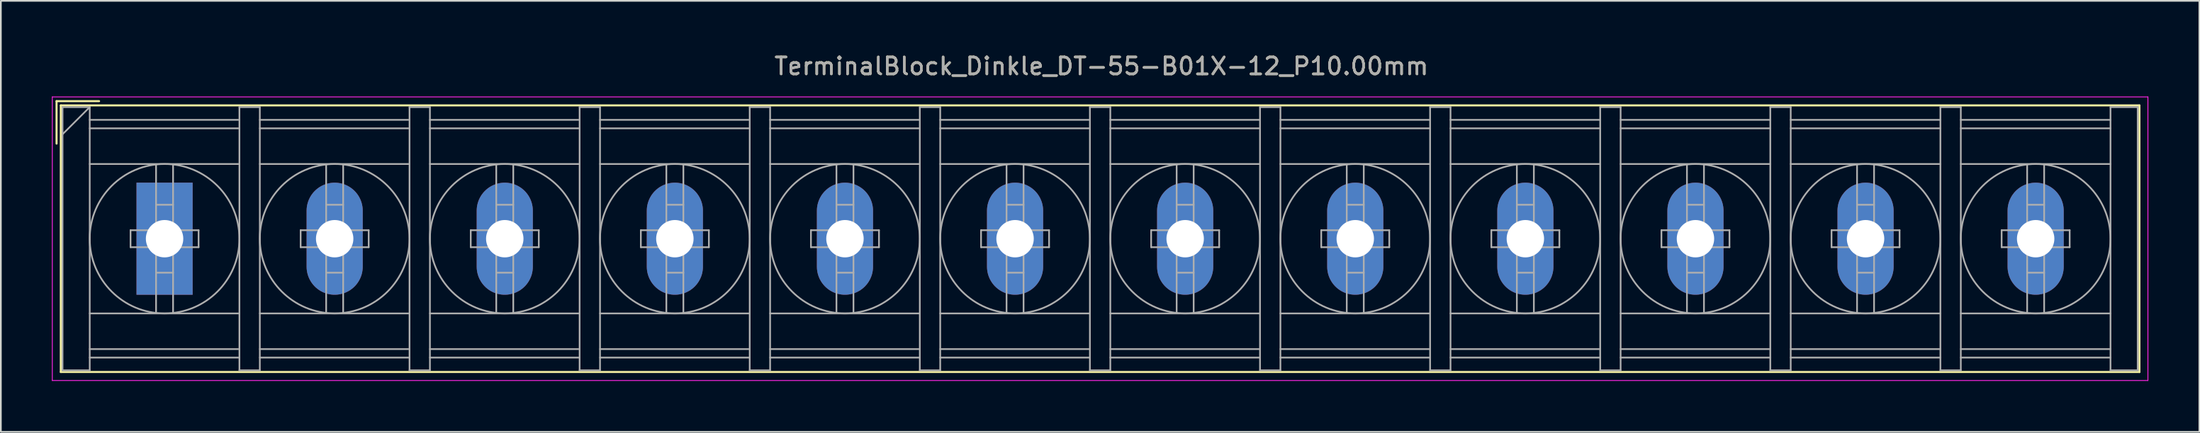
<source format=kicad_pcb>
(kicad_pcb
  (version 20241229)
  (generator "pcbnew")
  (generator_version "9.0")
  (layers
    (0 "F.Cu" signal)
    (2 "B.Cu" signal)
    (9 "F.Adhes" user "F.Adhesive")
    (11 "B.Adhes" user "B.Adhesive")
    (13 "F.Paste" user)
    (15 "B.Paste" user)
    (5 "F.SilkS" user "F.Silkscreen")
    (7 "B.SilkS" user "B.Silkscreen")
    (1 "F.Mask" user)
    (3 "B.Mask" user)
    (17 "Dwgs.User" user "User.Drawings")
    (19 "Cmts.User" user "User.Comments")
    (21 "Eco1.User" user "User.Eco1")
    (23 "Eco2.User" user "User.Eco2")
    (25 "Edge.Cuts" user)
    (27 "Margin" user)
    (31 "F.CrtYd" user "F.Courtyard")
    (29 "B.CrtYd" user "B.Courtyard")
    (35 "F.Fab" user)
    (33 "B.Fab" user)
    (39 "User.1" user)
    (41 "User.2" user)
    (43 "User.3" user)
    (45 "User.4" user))
  (footprint "TerminalBlock_Dinkle_DT-55-B01X-12_P10.00mm"
    (layer "F.Cu")
    (at 6.625 11.008)
    (property "Reference" "TerminalBlock_Dinkle_DT-55-B01X-12_P10.00mm" (at 55.08 -10.16 0) (layer "F.SilkS") (effects (font (size 1 1) (thickness 0.15))))
    (attr through_hole)
    (fp_line (start -6.35 -8.1) (end -3.85 -8.1) (stroke (width 0.12) (type solid)) (layer "F.SilkS"))
    (fp_line (start -6.35 -5.6) (end -6.35 -8.1) (stroke (width 0.12) (type solid)) (layer "F.SilkS"))
    (fp_line (start -6.1 -7.85) (end 116.1 -7.85) (stroke (width 0.12) (type solid)) (layer "F.SilkS"))
    (fp_line (start -6.1 7.85) (end -6.1 -7.85) (stroke (width 0.12) (type solid)) (layer "F.SilkS"))
    (fp_line (start -6.1 7.85) (end 116.1 7.85) (stroke (width 0.12) (type solid)) (layer "F.SilkS"))
    (fp_line (start 116.1 -7.85) (end 116.1 7.85) (stroke (width 0.12) (type solid)) (layer "F.SilkS"))
    (fp_line (start -6.6 -8.35) (end 116.6 -8.35) (stroke (width 0.05) (type solid)) (layer "F.CrtYd"))
    (fp_line (start -6.6 8.35) (end -6.6 -8.35) (stroke (width 0.05) (type solid)) (layer "F.CrtYd"))
    (fp_line (start -6.6 8.35) (end 116.6 8.35) (stroke (width 0.05) (type solid)) (layer "F.CrtYd"))
    (fp_line (start 116.6 -8.35) (end 116.6 8.35) (stroke (width 0.05) (type solid)) (layer "F.CrtYd"))
    (fp_line (start -6 -7.75) (end -6 7.75) (stroke (width 0.1) (type solid)) (layer "F.Fab"))
    (fp_line (start -6 -7.75) (end -4.4 -7.75) (stroke (width 0.1) (type solid)) (layer "F.Fab"))
    (fp_line (start -6 7.75) (end -4.4 7.75) (stroke (width 0.1) (type solid)) (layer "F.Fab"))
    (fp_line (start -4.4 -7.75) (end -6 -6.15) (stroke (width 0.1) (type solid)) (layer "F.Fab"))
    (fp_line (start -4.4 -7.75) (end -4.4 7.75) (stroke (width 0.1) (type solid)) (layer "F.Fab"))
    (fp_line (start -4.4 -7) (end 4.4 -7) (stroke (width 0.1) (type solid)) (layer "F.Fab"))
    (fp_line (start -4.4 -6.5) (end 4.4 -6.5) (stroke (width 0.1) (type solid)) (layer "F.Fab"))
    (fp_line (start -4.4 -4.4) (end 4.4 -4.4) (stroke (width 0.1) (type solid)) (layer "F.Fab"))
    (fp_line (start -4.4 4.4) (end 4.4 4.4) (stroke (width 0.1) (type solid)) (layer "F.Fab"))
    (fp_line (start -4.4 6.5) (end 4.4 6.5) (stroke (width 0.1) (type solid)) (layer "F.Fab"))
    (fp_line (start -4.4 7) (end 4.4 7) (stroke (width 0.1) (type solid)) (layer "F.Fab"))
    (fp_line (start -2 -0.5) (end -2 0.5) (stroke (width 0.1) (type solid)) (layer "F.Fab"))
    (fp_line (start -2 0.5) (end -0.5 0.5) (stroke (width 0.1) (type solid)) (layer "F.Fab"))
    (fp_line (start -0.5 -4.35) (end -0.5 -0.5) (stroke (width 0.1) (type solid)) (layer "F.Fab"))
    (fp_line (start -0.5 -2) (end 0.5 -2) (stroke (width 0.1) (type solid)) (layer "F.Fab"))
    (fp_line (start -0.5 -0.5) (end -2 -0.5) (stroke (width 0.1) (type solid)) (layer "F.Fab"))
    (fp_line (start -0.5 0.5) (end -0.5 4.35) (stroke (width 0.1) (type solid)) (layer "F.Fab"))
    (fp_line (start -0.5 2) (end 0.5 2) (stroke (width 0.1) (type solid)) (layer "F.Fab"))
    (fp_line (start 0.5 -4.35) (end 0.5 -0.5) (stroke (width 0.1) (type solid)) (layer "F.Fab"))
    (fp_line (start 0.5 -0.5) (end 2 -0.5) (stroke (width 0.1) (type solid)) (layer "F.Fab"))
    (fp_line (start 0.5 0.5) (end 0.5 4.35) (stroke (width 0.1) (type solid)) (layer "F.Fab"))
    (fp_line (start 2 -0.5) (end 2 0.5) (stroke (width 0.1) (type solid)) (layer "F.Fab"))
    (fp_line (start 2 0.5) (end 0.5 0.5) (stroke (width 0.1) (type solid)) (layer "F.Fab"))
    (fp_line (start 4.4 -7.75) (end 4.4 7.75) (stroke (width 0.1) (type solid)) (layer "F.Fab"))
    (fp_line (start 4.4 -7.75) (end 5.6 -7.75) (stroke (width 0.1) (type solid)) (layer "F.Fab"))
    (fp_line (start 4.4 7.75) (end 5.6 7.75) (stroke (width 0.1) (type solid)) (layer "F.Fab"))
    (fp_line (start 5.6 -7.75) (end 5.6 7.75) (stroke (width 0.1) (type solid)) (layer "F.Fab"))
    (fp_line (start 5.6 -7) (end 14.4 -7) (stroke (width 0.1) (type solid)) (layer "F.Fab"))
    (fp_line (start 5.6 -6.5) (end 14.4 -6.5) (stroke (width 0.1) (type solid)) (layer "F.Fab"))
    (fp_line (start 5.6 -4.4) (end 14.4 -4.4) (stroke (width 0.1) (type solid)) (layer "F.Fab"))
    (fp_line (start 5.6 4.4) (end 14.4 4.4) (stroke (width 0.1) (type solid)) (layer "F.Fab"))
    (fp_line (start 5.6 6.5) (end 14.4 6.5) (stroke (width 0.1) (type solid)) (layer "F.Fab"))
    (fp_line (start 5.6 7) (end 14.4 7) (stroke (width 0.1) (type solid)) (layer "F.Fab"))
    (fp_line (start 8 -0.5) (end 8 0.5) (stroke (width 0.1) (type solid)) (layer "F.Fab"))
    (fp_line (start 8 0.5) (end 9.5 0.5) (stroke (width 0.1) (type solid)) (layer "F.Fab"))
    (fp_line (start 9.5 -4.35) (end 9.5 -0.5) (stroke (width 0.1) (type solid)) (layer "F.Fab"))
    (fp_line (start 9.5 -2) (end 10.5 -2) (stroke (width 0.1) (type solid)) (layer "F.Fab"))
    (fp_line (start 9.5 -0.5) (end 8 -0.5) (stroke (width 0.1) (type solid)) (layer "F.Fab"))
    (fp_line (start 9.5 0.5) (end 9.5 4.35) (stroke (width 0.1) (type solid)) (layer "F.Fab"))
    (fp_line (start 9.5 2) (end 10.5 2) (stroke (width 0.1) (type solid)) (layer "F.Fab"))
    (fp_line (start 10.5 -4.35) (end 10.5 -0.5) (stroke (width 0.1) (type solid)) (layer "F.Fab"))
    (fp_line (start 10.5 -0.5) (end 12 -0.5) (stroke (width 0.1) (type solid)) (layer "F.Fab"))
    (fp_line (start 10.5 0.5) (end 10.5 4.35) (stroke (width 0.1) (type solid)) (layer "F.Fab"))
    (fp_line (start 12 -0.5) (end 12 0.5) (stroke (width 0.1) (type solid)) (layer "F.Fab"))
    (fp_line (start 12 0.5) (end 10.5 0.5) (stroke (width 0.1) (type solid)) (layer "F.Fab"))
    (fp_line (start 14.4 -7.75) (end 14.4 7.75) (stroke (width 0.1) (type solid)) (layer "F.Fab"))
    (fp_line (start 14.4 -7.75) (end 15.6 -7.75) (stroke (width 0.1) (type solid)) (layer "F.Fab"))
    (fp_line (start 14.4 7.75) (end 15.6 7.75) (stroke (width 0.1) (type solid)) (layer "F.Fab"))
    (fp_line (start 15.6 -7.75) (end 15.6 7.75) (stroke (width 0.1) (type solid)) (layer "F.Fab"))
    (fp_line (start 15.6 -7) (end 24.4 -7) (stroke (width 0.1) (type solid)) (layer "F.Fab"))
    (fp_line (start 15.6 -6.5) (end 24.4 -6.5) (stroke (width 0.1) (type solid)) (layer "F.Fab"))
    (fp_line (start 15.6 -4.4) (end 24.4 -4.4) (stroke (width 0.1) (type solid)) (layer "F.Fab"))
    (fp_line (start 15.6 4.4) (end 24.4 4.4) (stroke (width 0.1) (type solid)) (layer "F.Fab"))
    (fp_line (start 15.6 6.5) (end 24.4 6.5) (stroke (width 0.1) (type solid)) (layer "F.Fab"))
    (fp_line (start 15.6 7) (end 24.4 7) (stroke (width 0.1) (type solid)) (layer "F.Fab"))
    (fp_line (start 18 -0.5) (end 18 0.5) (stroke (width 0.1) (type solid)) (layer "F.Fab"))
    (fp_line (start 18 0.5) (end 19.5 0.5) (stroke (width 0.1) (type solid)) (layer "F.Fab"))
    (fp_line (start 19.5 -4.35) (end 19.5 -0.5) (stroke (width 0.1) (type solid)) (layer "F.Fab"))
    (fp_line (start 19.5 -2) (end 20.5 -2) (stroke (width 0.1) (type solid)) (layer "F.Fab"))
    (fp_line (start 19.5 -0.5) (end 18 -0.5) (stroke (width 0.1) (type solid)) (layer "F.Fab"))
    (fp_line (start 19.5 0.5) (end 19.5 4.35) (stroke (width 0.1) (type solid)) (layer "F.Fab"))
    (fp_line (start 19.5 2) (end 20.5 2) (stroke (width 0.1) (type solid)) (layer "F.Fab"))
    (fp_line (start 20.5 -4.35) (end 20.5 -0.5) (stroke (width 0.1) (type solid)) (layer "F.Fab"))
    (fp_line (start 20.5 -0.5) (end 22 -0.5) (stroke (width 0.1) (type solid)) (layer "F.Fab"))
    (fp_line (start 20.5 0.5) (end 20.5 4.35) (stroke (width 0.1) (type solid)) (layer "F.Fab"))
    (fp_line (start 22 -0.5) (end 22 0.5) (stroke (width 0.1) (type solid)) (layer "F.Fab"))
    (fp_line (start 22 0.5) (end 20.5 0.5) (stroke (width 0.1) (type solid)) (layer "F.Fab"))
    (fp_line (start 24.4 -7.75) (end 24.4 7.75) (stroke (width 0.1) (type solid)) (layer "F.Fab"))
    (fp_line (start 24.4 -7.75) (end 25.6 -7.75) (stroke (width 0.1) (type solid)) (layer "F.Fab"))
    (fp_line (start 24.4 7.75) (end 25.6 7.75) (stroke (width 0.1) (type solid)) (layer "F.Fab"))
    (fp_line (start 25.6 -7.75) (end 25.6 7.75) (stroke (width 0.1) (type solid)) (layer "F.Fab"))
    (fp_line (start 25.6 -7) (end 34.4 -7) (stroke (width 0.1) (type solid)) (layer "F.Fab"))
    (fp_line (start 25.6 -6.5) (end 34.4 -6.5) (stroke (width 0.1) (type solid)) (layer "F.Fab"))
    (fp_line (start 25.6 -4.4) (end 34.4 -4.4) (stroke (width 0.1) (type solid)) (layer "F.Fab"))
    (fp_line (start 25.6 4.4) (end 34.4 4.4) (stroke (width 0.1) (type solid)) (layer "F.Fab"))
    (fp_line (start 25.6 6.5) (end 34.4 6.5) (stroke (width 0.1) (type solid)) (layer "F.Fab"))
    (fp_line (start 25.6 7) (end 34.4 7) (stroke (width 0.1) (type solid)) (layer "F.Fab"))
    (fp_line (start 28 -0.5) (end 28 0.5) (stroke (width 0.1) (type solid)) (layer "F.Fab"))
    (fp_line (start 28 0.5) (end 29.5 0.5) (stroke (width 0.1) (type solid)) (layer "F.Fab"))
    (fp_line (start 29.5 -4.35) (end 29.5 -0.5) (stroke (width 0.1) (type solid)) (layer "F.Fab"))
    (fp_line (start 29.5 -2) (end 30.5 -2) (stroke (width 0.1) (type solid)) (layer "F.Fab"))
    (fp_line (start 29.5 -0.5) (end 28 -0.5) (stroke (width 0.1) (type solid)) (layer "F.Fab"))
    (fp_line (start 29.5 0.5) (end 29.5 4.35) (stroke (width 0.1) (type solid)) (layer "F.Fab"))
    (fp_line (start 29.5 2) (end 30.5 2) (stroke (width 0.1) (type solid)) (layer "F.Fab"))
    (fp_line (start 30.5 -4.35) (end 30.5 -0.5) (stroke (width 0.1) (type solid)) (layer "F.Fab"))
    (fp_line (start 30.5 -0.5) (end 32 -0.5) (stroke (width 0.1) (type solid)) (layer "F.Fab"))
    (fp_line (start 30.5 0.5) (end 30.5 4.35) (stroke (width 0.1) (type solid)) (layer "F.Fab"))
    (fp_line (start 32 -0.5) (end 32 0.5) (stroke (width 0.1) (type solid)) (layer "F.Fab"))
    (fp_line (start 32 0.5) (end 30.5 0.5) (stroke (width 0.1) (type solid)) (layer "F.Fab"))
    (fp_line (start 34.4 -7.75) (end 34.4 7.75) (stroke (width 0.1) (type solid)) (layer "F.Fab"))
    (fp_line (start 34.4 -7.75) (end 35.6 -7.75) (stroke (width 0.1) (type solid)) (layer "F.Fab"))
    (fp_line (start 34.4 7.75) (end 35.6 7.75) (stroke (width 0.1) (type solid)) (layer "F.Fab"))
    (fp_line (start 35.6 -7.75) (end 35.6 7.75) (stroke (width 0.1) (type solid)) (layer "F.Fab"))
    (fp_line (start 35.6 -7) (end 44.4 -7) (stroke (width 0.1) (type solid)) (layer "F.Fab"))
    (fp_line (start 35.6 -6.5) (end 44.4 -6.5) (stroke (width 0.1) (type solid)) (layer "F.Fab"))
    (fp_line (start 35.6 -4.4) (end 44.4 -4.4) (stroke (width 0.1) (type solid)) (layer "F.Fab"))
    (fp_line (start 35.6 4.4) (end 44.4 4.4) (stroke (width 0.1) (type solid)) (layer "F.Fab"))
    (fp_line (start 35.6 6.5) (end 44.4 6.5) (stroke (width 0.1) (type solid)) (layer "F.Fab"))
    (fp_line (start 35.6 7) (end 44.4 7) (stroke (width 0.1) (type solid)) (layer "F.Fab"))
    (fp_line (start 38 -0.5) (end 38 0.5) (stroke (width 0.1) (type solid)) (layer "F.Fab"))
    (fp_line (start 38 0.5) (end 39.5 0.5) (stroke (width 0.1) (type solid)) (layer "F.Fab"))
    (fp_line (start 39.5 -4.35) (end 39.5 -0.5) (stroke (width 0.1) (type solid)) (layer "F.Fab"))
    (fp_line (start 39.5 -2) (end 40.5 -2) (stroke (width 0.1) (type solid)) (layer "F.Fab"))
    (fp_line (start 39.5 -0.5) (end 38 -0.5) (stroke (width 0.1) (type solid)) (layer "F.Fab"))
    (fp_line (start 39.5 0.5) (end 39.5 4.35) (stroke (width 0.1) (type solid)) (layer "F.Fab"))
    (fp_line (start 39.5 2) (end 40.5 2) (stroke (width 0.1) (type solid)) (layer "F.Fab"))
    (fp_line (start 40.5 -4.35) (end 40.5 -0.5) (stroke (width 0.1) (type solid)) (layer "F.Fab"))
    (fp_line (start 40.5 -0.5) (end 42 -0.5) (stroke (width 0.1) (type solid)) (layer "F.Fab"))
    (fp_line (start 40.5 0.5) (end 40.5 4.35) (stroke (width 0.1) (type solid)) (layer "F.Fab"))
    (fp_line (start 42 -0.5) (end 42 0.5) (stroke (width 0.1) (type solid)) (layer "F.Fab"))
    (fp_line (start 42 0.5) (end 40.5 0.5) (stroke (width 0.1) (type solid)) (layer "F.Fab"))
    (fp_line (start 44.4 -7.75) (end 44.4 7.75) (stroke (width 0.1) (type solid)) (layer "F.Fab"))
    (fp_line (start 44.4 -7.75) (end 45.6 -7.75) (stroke (width 0.1) (type solid)) (layer "F.Fab"))
    (fp_line (start 44.4 7.75) (end 45.6 7.75) (stroke (width 0.1) (type solid)) (layer "F.Fab"))
    (fp_line (start 45.6 -7.75) (end 45.6 7.75) (stroke (width 0.1) (type solid)) (layer "F.Fab"))
    (fp_line (start 45.6 -7) (end 54.4 -7) (stroke (width 0.1) (type solid)) (layer "F.Fab"))
    (fp_line (start 45.6 -6.5) (end 54.4 -6.5) (stroke (width 0.1) (type solid)) (layer "F.Fab"))
    (fp_line (start 45.6 -4.4) (end 54.4 -4.4) (stroke (width 0.1) (type solid)) (layer "F.Fab"))
    (fp_line (start 45.6 4.4) (end 54.4 4.4) (stroke (width 0.1) (type solid)) (layer "F.Fab"))
    (fp_line (start 45.6 6.5) (end 54.4 6.5) (stroke (width 0.1) (type solid)) (layer "F.Fab"))
    (fp_line (start 45.6 7) (end 54.4 7) (stroke (width 0.1) (type solid)) (layer "F.Fab"))
    (fp_line (start 48 -0.5) (end 48 0.5) (stroke (width 0.1) (type solid)) (layer "F.Fab"))
    (fp_line (start 48 0.5) (end 49.5 0.5) (stroke (width 0.1) (type solid)) (layer "F.Fab"))
    (fp_line (start 49.5 -4.35) (end 49.5 -0.5) (stroke (width 0.1) (type solid)) (layer "F.Fab"))
    (fp_line (start 49.5 -2) (end 50.5 -2) (stroke (width 0.1) (type solid)) (layer "F.Fab"))
    (fp_line (start 49.5 -0.5) (end 48 -0.5) (stroke (width 0.1) (type solid)) (layer "F.Fab"))
    (fp_line (start 49.5 0.5) (end 49.5 4.35) (stroke (width 0.1) (type solid)) (layer "F.Fab"))
    (fp_line (start 49.5 2) (end 50.5 2) (stroke (width 0.1) (type solid)) (layer "F.Fab"))
    (fp_line (start 50.5 -4.35) (end 50.5 -0.5) (stroke (width 0.1) (type solid)) (layer "F.Fab"))
    (fp_line (start 50.5 -0.5) (end 52 -0.5) (stroke (width 0.1) (type solid)) (layer "F.Fab"))
    (fp_line (start 50.5 0.5) (end 50.5 4.35) (stroke (width 0.1) (type solid)) (layer "F.Fab"))
    (fp_line (start 52 -0.5) (end 52 0.5) (stroke (width 0.1) (type solid)) (layer "F.Fab"))
    (fp_line (start 52 0.5) (end 50.5 0.5) (stroke (width 0.1) (type solid)) (layer "F.Fab"))
    (fp_line (start 54.4 -7.75) (end 54.4 7.75) (stroke (width 0.1) (type solid)) (layer "F.Fab"))
    (fp_line (start 54.4 -7.75) (end 55.6 -7.75) (stroke (width 0.1) (type solid)) (layer "F.Fab"))
    (fp_line (start 54.4 7.75) (end 55.6 7.75) (stroke (width 0.1) (type solid)) (layer "F.Fab"))
    (fp_line (start 55.6 -7.75) (end 55.6 7.75) (stroke (width 0.1) (type solid)) (layer "F.Fab"))
    (fp_line (start 55.6 -7) (end 64.4 -7) (stroke (width 0.1) (type solid)) (layer "F.Fab"))
    (fp_line (start 55.6 -6.5) (end 64.4 -6.5) (stroke (width 0.1) (type solid)) (layer "F.Fab"))
    (fp_line (start 55.6 -4.4) (end 64.4 -4.4) (stroke (width 0.1) (type solid)) (layer "F.Fab"))
    (fp_line (start 55.6 4.4) (end 64.4 4.4) (stroke (width 0.1) (type solid)) (layer "F.Fab"))
    (fp_line (start 55.6 6.5) (end 64.4 6.5) (stroke (width 0.1) (type solid)) (layer "F.Fab"))
    (fp_line (start 55.6 7) (end 64.4 7) (stroke (width 0.1) (type solid)) (layer "F.Fab"))
    (fp_line (start 58 -0.5) (end 58 0.5) (stroke (width 0.1) (type solid)) (layer "F.Fab"))
    (fp_line (start 58 0.5) (end 59.5 0.5) (stroke (width 0.1) (type solid)) (layer "F.Fab"))
    (fp_line (start 59.5 -4.35) (end 59.5 -0.5) (stroke (width 0.1) (type solid)) (layer "F.Fab"))
    (fp_line (start 59.5 -2) (end 60.5 -2) (stroke (width 0.1) (type solid)) (layer "F.Fab"))
    (fp_line (start 59.5 -0.5) (end 58 -0.5) (stroke (width 0.1) (type solid)) (layer "F.Fab"))
    (fp_line (start 59.5 0.5) (end 59.5 4.35) (stroke (width 0.1) (type solid)) (layer "F.Fab"))
    (fp_line (start 59.5 2) (end 60.5 2) (stroke (width 0.1) (type solid)) (layer "F.Fab"))
    (fp_line (start 60.5 -4.35) (end 60.5 -0.5) (stroke (width 0.1) (type solid)) (layer "F.Fab"))
    (fp_line (start 60.5 -0.5) (end 62 -0.5) (stroke (width 0.1) (type solid)) (layer "F.Fab"))
    (fp_line (start 60.5 0.5) (end 60.5 4.35) (stroke (width 0.1) (type solid)) (layer "F.Fab"))
    (fp_line (start 62 -0.5) (end 62 0.5) (stroke (width 0.1) (type solid)) (layer "F.Fab"))
    (fp_line (start 62 0.5) (end 60.5 0.5) (stroke (width 0.1) (type solid)) (layer "F.Fab"))
    (fp_line (start 64.4 -7.75) (end 64.4 7.75) (stroke (width 0.1) (type solid)) (layer "F.Fab"))
    (fp_line (start 64.4 -7.75) (end 65.6 -7.75) (stroke (width 0.1) (type solid)) (layer "F.Fab"))
    (fp_line (start 64.4 7.75) (end 65.6 7.75) (stroke (width 0.1) (type solid)) (layer "F.Fab"))
    (fp_line (start 65.6 -7.75) (end 65.6 7.75) (stroke (width 0.1) (type solid)) (layer "F.Fab"))
    (fp_line (start 65.6 -7) (end 74.4 -7) (stroke (width 0.1) (type solid)) (layer "F.Fab"))
    (fp_line (start 65.6 -6.5) (end 74.4 -6.5) (stroke (width 0.1) (type solid)) (layer "F.Fab"))
    (fp_line (start 65.6 -4.4) (end 74.4 -4.4) (stroke (width 0.1) (type solid)) (layer "F.Fab"))
    (fp_line (start 65.6 4.4) (end 74.4 4.4) (stroke (width 0.1) (type solid)) (layer "F.Fab"))
    (fp_line (start 65.6 6.5) (end 74.4 6.5) (stroke (width 0.1) (type solid)) (layer "F.Fab"))
    (fp_line (start 65.6 7) (end 74.4 7) (stroke (width 0.1) (type solid)) (layer "F.Fab"))
    (fp_line (start 68 -0.5) (end 68 0.5) (stroke (width 0.1) (type solid)) (layer "F.Fab"))
    (fp_line (start 68 0.5) (end 69.5 0.5) (stroke (width 0.1) (type solid)) (layer "F.Fab"))
    (fp_line (start 69.5 -4.35) (end 69.5 -0.5) (stroke (width 0.1) (type solid)) (layer "F.Fab"))
    (fp_line (start 69.5 -2) (end 70.5 -2) (stroke (width 0.1) (type solid)) (layer "F.Fab"))
    (fp_line (start 69.5 -0.5) (end 68 -0.5) (stroke (width 0.1) (type solid)) (layer "F.Fab"))
    (fp_line (start 69.5 0.5) (end 69.5 4.35) (stroke (width 0.1) (type solid)) (layer "F.Fab"))
    (fp_line (start 69.5 2) (end 70.5 2) (stroke (width 0.1) (type solid)) (layer "F.Fab"))
    (fp_line (start 70.5 -4.35) (end 70.5 -0.5) (stroke (width 0.1) (type solid)) (layer "F.Fab"))
    (fp_line (start 70.5 -0.5) (end 72 -0.5) (stroke (width 0.1) (type solid)) (layer "F.Fab"))
    (fp_line (start 70.5 0.5) (end 70.5 4.35) (stroke (width 0.1) (type solid)) (layer "F.Fab"))
    (fp_line (start 72 -0.5) (end 72 0.5) (stroke (width 0.1) (type solid)) (layer "F.Fab"))
    (fp_line (start 72 0.5) (end 70.5 0.5) (stroke (width 0.1) (type solid)) (layer "F.Fab"))
    (fp_line (start 74.4 -7.75) (end 74.4 7.75) (stroke (width 0.1) (type solid)) (layer "F.Fab"))
    (fp_line (start 74.4 -7.75) (end 75.6 -7.75) (stroke (width 0.1) (type solid)) (layer "F.Fab"))
    (fp_line (start 74.4 7.75) (end 75.6 7.75) (stroke (width 0.1) (type solid)) (layer "F.Fab"))
    (fp_line (start 75.6 -7.75) (end 75.6 7.75) (stroke (width 0.1) (type solid)) (layer "F.Fab"))
    (fp_line (start 75.6 -7) (end 84.4 -7) (stroke (width 0.1) (type solid)) (layer "F.Fab"))
    (fp_line (start 75.6 -6.5) (end 84.4 -6.5) (stroke (width 0.1) (type solid)) (layer "F.Fab"))
    (fp_line (start 75.6 -4.4) (end 84.4 -4.4) (stroke (width 0.1) (type solid)) (layer "F.Fab"))
    (fp_line (start 75.6 4.4) (end 84.4 4.4) (stroke (width 0.1) (type solid)) (layer "F.Fab"))
    (fp_line (start 75.6 6.5) (end 84.4 6.5) (stroke (width 0.1) (type solid)) (layer "F.Fab"))
    (fp_line (start 75.6 7) (end 84.4 7) (stroke (width 0.1) (type solid)) (layer "F.Fab"))
    (fp_line (start 78 -0.5) (end 78 0.5) (stroke (width 0.1) (type solid)) (layer "F.Fab"))
    (fp_line (start 78 0.5) (end 79.5 0.5) (stroke (width 0.1) (type solid)) (layer "F.Fab"))
    (fp_line (start 79.5 -4.35) (end 79.5 -0.5) (stroke (width 0.1) (type solid)) (layer "F.Fab"))
    (fp_line (start 79.5 -2) (end 80.5 -2) (stroke (width 0.1) (type solid)) (layer "F.Fab"))
    (fp_line (start 79.5 -0.5) (end 78 -0.5) (stroke (width 0.1) (type solid)) (layer "F.Fab"))
    (fp_line (start 79.5 0.5) (end 79.5 4.35) (stroke (width 0.1) (type solid)) (layer "F.Fab"))
    (fp_line (start 79.5 2) (end 80.5 2) (stroke (width 0.1) (type solid)) (layer "F.Fab"))
    (fp_line (start 80.5 -4.35) (end 80.5 -0.5) (stroke (width 0.1) (type solid)) (layer "F.Fab"))
    (fp_line (start 80.5 -0.5) (end 82 -0.5) (stroke (width 0.1) (type solid)) (layer "F.Fab"))
    (fp_line (start 80.5 0.5) (end 80.5 4.35) (stroke (width 0.1) (type solid)) (layer "F.Fab"))
    (fp_line (start 82 -0.5) (end 82 0.5) (stroke (width 0.1) (type solid)) (layer "F.Fab"))
    (fp_line (start 82 0.5) (end 80.5 0.5) (stroke (width 0.1) (type solid)) (layer "F.Fab"))
    (fp_line (start 84.4 -7.75) (end 84.4 7.75) (stroke (width 0.1) (type solid)) (layer "F.Fab"))
    (fp_line (start 84.4 -7.75) (end 85.6 -7.75) (stroke (width 0.1) (type solid)) (layer "F.Fab"))
    (fp_line (start 84.4 7.75) (end 85.6 7.75) (stroke (width 0.1) (type solid)) (layer "F.Fab"))
    (fp_line (start 85.6 -7.75) (end 85.6 7.75) (stroke (width 0.1) (type solid)) (layer "F.Fab"))
    (fp_line (start 85.6 -7) (end 94.4 -7) (stroke (width 0.1) (type solid)) (layer "F.Fab"))
    (fp_line (start 85.6 -6.5) (end 94.4 -6.5) (stroke (width 0.1) (type solid)) (layer "F.Fab"))
    (fp_line (start 85.6 -4.4) (end 94.4 -4.4) (stroke (width 0.1) (type solid)) (layer "F.Fab"))
    (fp_line (start 85.6 4.4) (end 94.4 4.4) (stroke (width 0.1) (type solid)) (layer "F.Fab"))
    (fp_line (start 85.6 6.5) (end 94.4 6.5) (stroke (width 0.1) (type solid)) (layer "F.Fab"))
    (fp_line (start 85.6 7) (end 94.4 7) (stroke (width 0.1) (type solid)) (layer "F.Fab"))
    (fp_line (start 88 -0.5) (end 88 0.5) (stroke (width 0.1) (type solid)) (layer "F.Fab"))
    (fp_line (start 88 0.5) (end 89.5 0.5) (stroke (width 0.1) (type solid)) (layer "F.Fab"))
    (fp_line (start 89.5 -4.35) (end 89.5 -0.5) (stroke (width 0.1) (type solid)) (layer "F.Fab"))
    (fp_line (start 89.5 -2) (end 90.5 -2) (stroke (width 0.1) (type solid)) (layer "F.Fab"))
    (fp_line (start 89.5 -0.5) (end 88 -0.5) (stroke (width 0.1) (type solid)) (layer "F.Fab"))
    (fp_line (start 89.5 0.5) (end 89.5 4.35) (stroke (width 0.1) (type solid)) (layer "F.Fab"))
    (fp_line (start 89.5 2) (end 90.5 2) (stroke (width 0.1) (type solid)) (layer "F.Fab"))
    (fp_line (start 90.5 -4.35) (end 90.5 -0.5) (stroke (width 0.1) (type solid)) (layer "F.Fab"))
    (fp_line (start 90.5 -0.5) (end 92 -0.5) (stroke (width 0.1) (type solid)) (layer "F.Fab"))
    (fp_line (start 90.5 0.5) (end 90.5 4.35) (stroke (width 0.1) (type solid)) (layer "F.Fab"))
    (fp_line (start 92 -0.5) (end 92 0.5) (stroke (width 0.1) (type solid)) (layer "F.Fab"))
    (fp_line (start 92 0.5) (end 90.5 0.5) (stroke (width 0.1) (type solid)) (layer "F.Fab"))
    (fp_line (start 94.4 -7.75) (end 94.4 7.75) (stroke (width 0.1) (type solid)) (layer "F.Fab"))
    (fp_line (start 94.4 -7.75) (end 95.6 -7.75) (stroke (width 0.1) (type solid)) (layer "F.Fab"))
    (fp_line (start 94.4 7.75) (end 95.6 7.75) (stroke (width 0.1) (type solid)) (layer "F.Fab"))
    (fp_line (start 95.6 -7.75) (end 95.6 7.75) (stroke (width 0.1) (type solid)) (layer "F.Fab"))
    (fp_line (start 95.6 -7) (end 104.4 -7) (stroke (width 0.1) (type solid)) (layer "F.Fab"))
    (fp_line (start 95.6 -6.5) (end 104.4 -6.5) (stroke (width 0.1) (type solid)) (layer "F.Fab"))
    (fp_line (start 95.6 -4.4) (end 104.4 -4.4) (stroke (width 0.1) (type solid)) (layer "F.Fab"))
    (fp_line (start 95.6 4.4) (end 104.4 4.4) (stroke (width 0.1) (type solid)) (layer "F.Fab"))
    (fp_line (start 95.6 6.5) (end 104.4 6.5) (stroke (width 0.1) (type solid)) (layer "F.Fab"))
    (fp_line (start 95.6 7) (end 104.4 7) (stroke (width 0.1) (type solid)) (layer "F.Fab"))
    (fp_line (start 98 -0.5) (end 98 0.5) (stroke (width 0.1) (type solid)) (layer "F.Fab"))
    (fp_line (start 98 0.5) (end 99.5 0.5) (stroke (width 0.1) (type solid)) (layer "F.Fab"))
    (fp_line (start 99.5 -4.35) (end 99.5 -0.5) (stroke (width 0.1) (type solid)) (layer "F.Fab"))
    (fp_line (start 99.5 -2) (end 100.5 -2) (stroke (width 0.1) (type solid)) (layer "F.Fab"))
    (fp_line (start 99.5 -0.5) (end 98 -0.5) (stroke (width 0.1) (type solid)) (layer "F.Fab"))
    (fp_line (start 99.5 0.5) (end 99.5 4.35) (stroke (width 0.1) (type solid)) (layer "F.Fab"))
    (fp_line (start 99.5 2) (end 100.5 2) (stroke (width 0.1) (type solid)) (layer "F.Fab"))
    (fp_line (start 100.5 -4.35) (end 100.5 -0.5) (stroke (width 0.1) (type solid)) (layer "F.Fab"))
    (fp_line (start 100.5 -0.5) (end 102 -0.5) (stroke (width 0.1) (type solid)) (layer "F.Fab"))
    (fp_line (start 100.5 0.5) (end 100.5 4.35) (stroke (width 0.1) (type solid)) (layer "F.Fab"))
    (fp_line (start 102 -0.5) (end 102 0.5) (stroke (width 0.1) (type solid)) (layer "F.Fab"))
    (fp_line (start 102 0.5) (end 100.5 0.5) (stroke (width 0.1) (type solid)) (layer "F.Fab"))
    (fp_line (start 104.4 -7.75) (end 104.4 7.75) (stroke (width 0.1) (type solid)) (layer "F.Fab"))
    (fp_line (start 104.4 -7.75) (end 105.6 -7.75) (stroke (width 0.1) (type solid)) (layer "F.Fab"))
    (fp_line (start 104.4 7.75) (end 105.6 7.75) (stroke (width 0.1) (type solid)) (layer "F.Fab"))
    (fp_line (start 105.6 -7.75) (end 105.6 7.75) (stroke (width 0.1) (type solid)) (layer "F.Fab"))
    (fp_line (start 105.6 -7) (end 114.4 -7) (stroke (width 0.1) (type solid)) (layer "F.Fab"))
    (fp_line (start 105.6 -6.5) (end 114.4 -6.5) (stroke (width 0.1) (type solid)) (layer "F.Fab"))
    (fp_line (start 105.6 -4.4) (end 114.4 -4.4) (stroke (width 0.1) (type solid)) (layer "F.Fab"))
    (fp_line (start 105.6 4.4) (end 114.4 4.4) (stroke (width 0.1) (type solid)) (layer "F.Fab"))
    (fp_line (start 105.6 6.5) (end 114.4 6.5) (stroke (width 0.1) (type solid)) (layer "F.Fab"))
    (fp_line (start 105.6 7) (end 114.4 7) (stroke (width 0.1) (type solid)) (layer "F.Fab"))
    (fp_line (start 108 -0.5) (end 108 0.5) (stroke (width 0.1) (type solid)) (layer "F.Fab"))
    (fp_line (start 108 0.5) (end 109.5 0.5) (stroke (width 0.1) (type solid)) (layer "F.Fab"))
    (fp_line (start 109.5 -4.35) (end 109.5 -0.5) (stroke (width 0.1) (type solid)) (layer "F.Fab"))
    (fp_line (start 109.5 -2) (end 110.5 -2) (stroke (width 0.1) (type solid)) (layer "F.Fab"))
    (fp_line (start 109.5 -0.5) (end 108 -0.5) (stroke (width 0.1) (type solid)) (layer "F.Fab"))
    (fp_line (start 109.5 0.5) (end 109.5 4.35) (stroke (width 0.1) (type solid)) (layer "F.Fab"))
    (fp_line (start 109.5 2) (end 110.5 2) (stroke (width 0.1) (type solid)) (layer "F.Fab"))
    (fp_line (start 110.5 -4.35) (end 110.5 -0.5) (stroke (width 0.1) (type solid)) (layer "F.Fab"))
    (fp_line (start 110.5 -0.5) (end 112 -0.5) (stroke (width 0.1) (type solid)) (layer "F.Fab"))
    (fp_line (start 110.5 0.5) (end 110.5 4.35) (stroke (width 0.1) (type solid)) (layer "F.Fab"))
    (fp_line (start 112 -0.5) (end 112 0.5) (stroke (width 0.1) (type solid)) (layer "F.Fab"))
    (fp_line (start 112 0.5) (end 110.5 0.5) (stroke (width 0.1) (type solid)) (layer "F.Fab"))
    (fp_line (start 114.4 -7.75) (end 114.4 7.75) (stroke (width 0.1) (type solid)) (layer "F.Fab"))
    (fp_line (start 114.4 -7.75) (end 116 -7.75) (stroke (width 0.1) (type solid)) (layer "F.Fab"))
    (fp_line (start 114.4 7.75) (end 116 7.75) (stroke (width 0.1) (type solid)) (layer "F.Fab"))
    (fp_line (start 116 -7.75) (end 116 7.75) (stroke (width 0.1) (type solid)) (layer "F.Fab"))
    (fp_circle (center 0 0) (end 0.5 0.5) (stroke (width 0.1) (type solid)) (fill no) (layer "F.Fab"))
    (fp_circle (center 0 0) (end 4.4 0) (stroke (width 0.1) (type solid)) (fill no) (layer "F.Fab"))
    (fp_circle (center 10 0) (end 10.5 0.5) (stroke (width 0.1) (type solid)) (fill no) (layer "F.Fab"))
    (fp_circle (center 10 0) (end 14.4 0) (stroke (width 0.1) (type solid)) (fill no) (layer "F.Fab"))
    (fp_circle (center 20 0) (end 20.5 0.5) (stroke (width 0.1) (type solid)) (fill no) (layer "F.Fab"))
    (fp_circle (center 20 0) (end 24.4 0) (stroke (width 0.1) (type solid)) (fill no) (layer "F.Fab"))
    (fp_circle (center 30 0) (end 30.5 0.5) (stroke (width 0.1) (type solid)) (fill no) (layer "F.Fab"))
    (fp_circle (center 30 0) (end 34.4 0) (stroke (width 0.1) (type solid)) (fill no) (layer "F.Fab"))
    (fp_circle (center 40 0) (end 40.5 0.5) (stroke (width 0.1) (type solid)) (fill no) (layer "F.Fab"))
    (fp_circle (center 40 0) (end 44.4 0) (stroke (width 0.1) (type solid)) (fill no) (layer "F.Fab"))
    (fp_circle (center 50 0) (end 50.5 0.5) (stroke (width 0.1) (type solid)) (fill no) (layer "F.Fab"))
    (fp_circle (center 50 0) (end 54.4 0) (stroke (width 0.1) (type solid)) (fill no) (layer "F.Fab"))
    (fp_circle (center 60 0) (end 60.5 0.5) (stroke (width 0.1) (type solid)) (fill no) (layer "F.Fab"))
    (fp_circle (center 60 0) (end 64.4 0) (stroke (width 0.1) (type solid)) (fill no) (layer "F.Fab"))
    (fp_circle (center 70 0) (end 70.5 0.5) (stroke (width 0.1) (type solid)) (fill no) (layer "F.Fab"))
    (fp_circle (center 70 0) (end 74.4 0) (stroke (width 0.1) (type solid)) (fill no) (layer "F.Fab"))
    (fp_circle (center 80 0) (end 80.5 0.5) (stroke (width 0.1) (type solid)) (fill no) (layer "F.Fab"))
    (fp_circle (center 80 0) (end 84.4 0) (stroke (width 0.1) (type solid)) (fill no) (layer "F.Fab"))
    (fp_circle (center 90 0) (end 90.5 0.5) (stroke (width 0.1) (type solid)) (fill no) (layer "F.Fab"))
    (fp_circle (center 90 0) (end 94.4 0) (stroke (width 0.1) (type solid)) (fill no) (layer "F.Fab"))
    (fp_circle (center 100 0) (end 100.5 0.5) (stroke (width 0.1) (type solid)) (fill no) (layer "F.Fab"))
    (fp_circle (center 100 0) (end 104.4 0) (stroke (width 0.1) (type solid)) (fill no) (layer "F.Fab"))
    (fp_circle (center 110 0) (end 110.5 0.5) (stroke (width 0.1) (type solid)) (fill no) (layer "F.Fab"))
    (fp_circle (center 110 0) (end 114.4 0) (stroke (width 0.1) (type solid)) (fill no) (layer "F.Fab"))
    (fp_text user "${REFERENCE}" (at 55.08 -10.16 0) (layer "F.Fab") (effects (font (size 1 1) (thickness 0.15))))
    (pad "1" thru_hole rect (at 0 0) (size 3.3 6.6) (drill 2.2) (layers "*.Cu" "*.Mask"))
    (pad "2" thru_hole oval (at 10 0) (size 3.3 6.6) (drill 2.2) (layers "*.Cu" "*.Mask"))
    (pad "3" thru_hole oval (at 20 0) (size 3.3 6.6) (drill 2.2) (layers "*.Cu" "*.Mask"))
    (pad "4" thru_hole oval (at 30 0) (size 3.3 6.6) (drill 2.2) (layers "*.Cu" "*.Mask"))
    (pad "5" thru_hole oval (at 40 0) (size 3.3 6.6) (drill 2.2) (layers "*.Cu" "*.Mask"))
    (pad "6" thru_hole oval (at 50 0) (size 3.3 6.6) (drill 2.2) (layers "*.Cu" "*.Mask"))
    (pad "7" thru_hole oval (at 60 0) (size 3.3 6.6) (drill 2.2) (layers "*.Cu" "*.Mask"))
    (pad "8" thru_hole oval (at 70 0) (size 3.3 6.6) (drill 2.2) (layers "*.Cu" "*.Mask"))
    (pad "9" thru_hole oval (at 80 0) (size 3.3 6.6) (drill 2.2) (layers "*.Cu" "*.Mask"))
    (pad "10" thru_hole oval (at 90 0) (size 3.3 6.6) (drill 2.2) (layers "*.Cu" "*.Mask"))
    (pad "11" thru_hole oval (at 100 0) (size 3.3 6.6) (drill 2.2) (layers "*.Cu" "*.Mask"))
    (pad "12" thru_hole oval (at 110 0) (size 3.3 6.6) (drill 2.2) (layers "*.Cu" "*.Mask")))
  (gr_rect
    (start -3 -3)
    (end 126.25 22.383)
    (stroke (width 0.1) (type default))
    (fill no)
    (layer "Edge.Cuts")))
</source>
